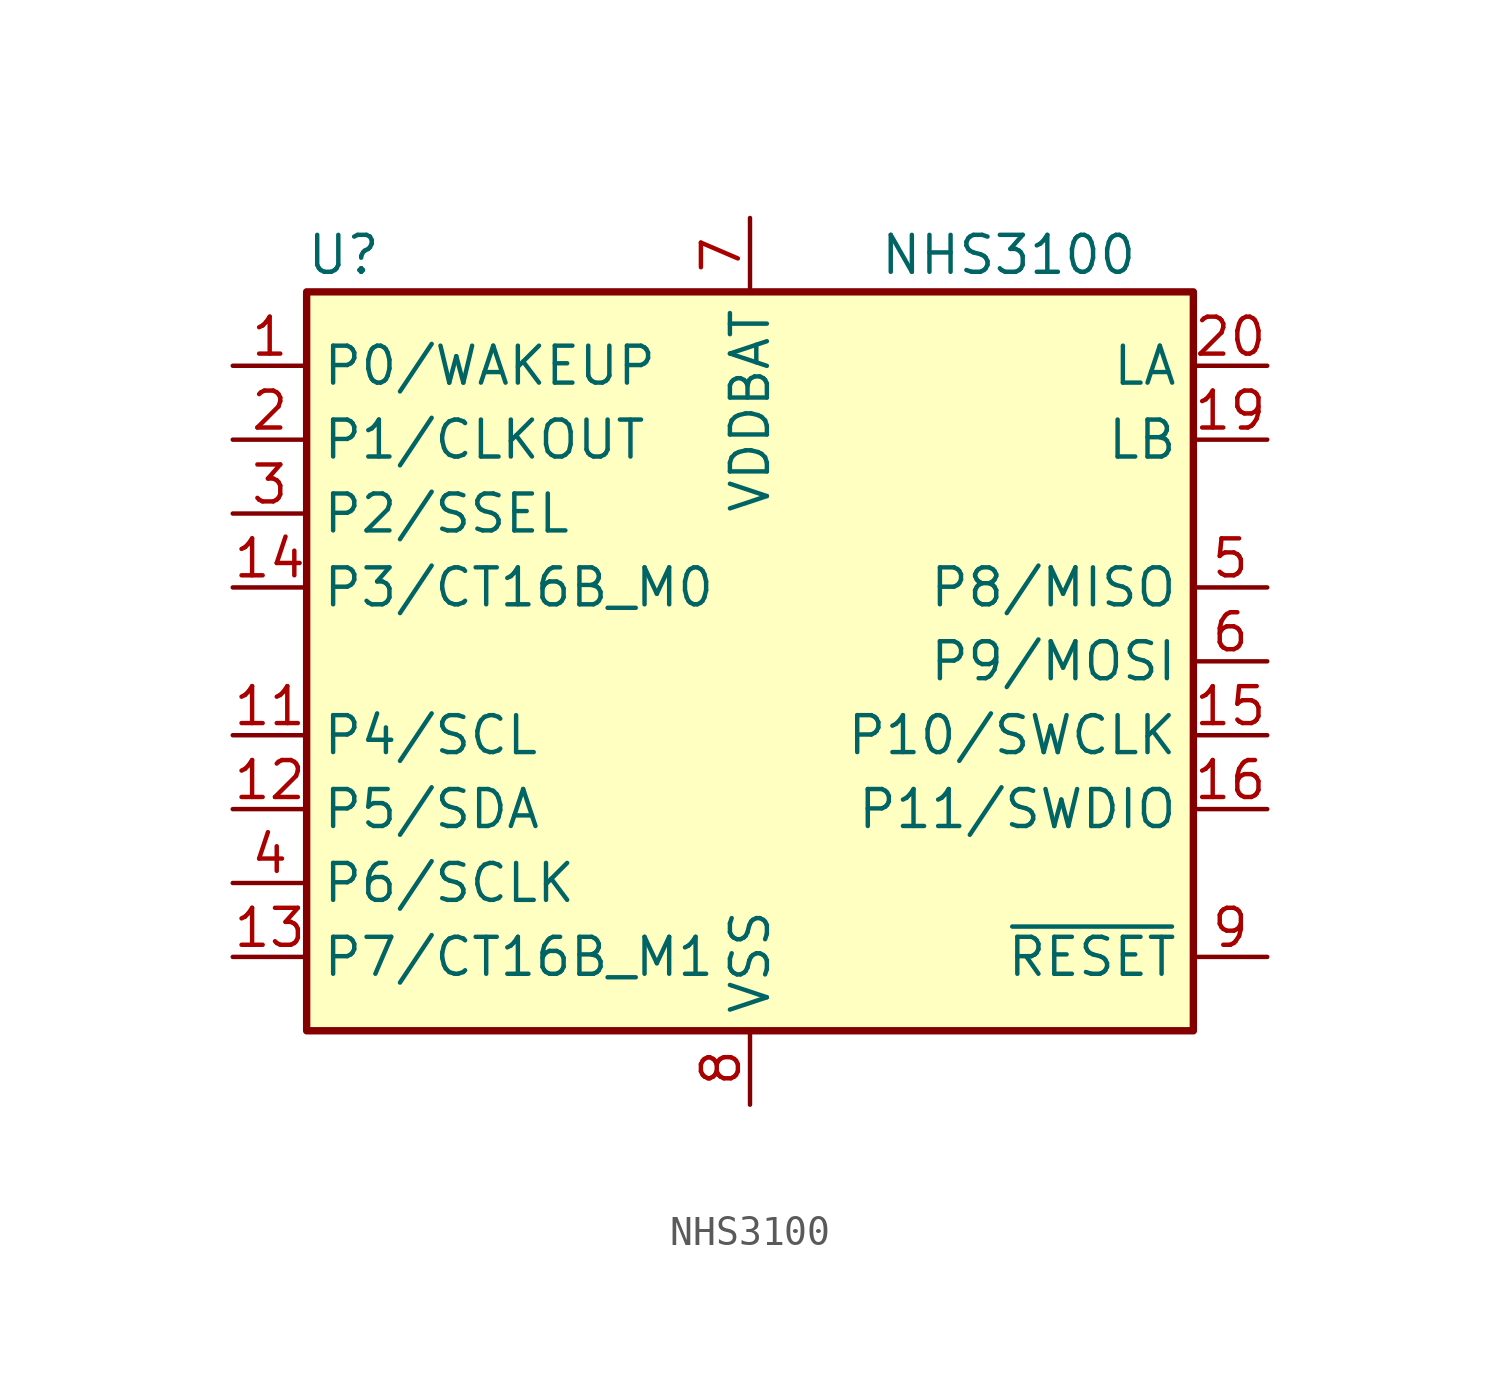
<source format=kicad_sym>
(kicad_symbol_lib
  (version 20201005)
  (generator kicad_symbol_editor)
  (symbol "NHS3100"
    (property "Reference" "U"
      (at -13.97 13.97 0)
      (effects (font (size 1.27 1.27))))
    (property "Value" "NHS3100"
      (at 8.89 13.97 0)
      (effects (font (size 1.27 1.27))))
    (symbol "NHS3100_0_1"
      (rectangle (start 15.24 -12.7) (end -15.24 12.7) (stroke (width 0.254)) (fill (type background))))
    (symbol "NHS3100_1_1"
      (pin bidirectional line (at -17.78 10.16 0) (length 2.54) (name "P0/WAKEUP" (effects (font (size 1.27 1.27)))) (number "1" (effects (font (size 1.27 1.27)))))
      (pin no_connect line (at -15.24 0 0) (length 2.54) hide (name "reserved" (effects (font (size 1.27 1.27)))) (number "10" (effects (font (size 1.27 1.27)))))
      (pin bidirectional line (at -17.78 -2.54 0) (length 2.54) (name "P4/SCL" (effects (font (size 1.27 1.27)))) (number "11" (effects (font (size 1.27 1.27)))))
      (pin bidirectional line (at -17.78 -5.08 0) (length 2.54) (name "P5/SDA" (effects (font (size 1.27 1.27)))) (number "12" (effects (font (size 1.27 1.27)))))
      (pin bidirectional line (at -17.78 -10.16 0) (length 2.54) (name "P7/CT16B_M1" (effects (font (size 1.27 1.27)))) (number "13" (effects (font (size 1.27 1.27)))))
      (pin bidirectional line (at -17.78 2.54 0) (length 2.54) (name "P3/CT16B_M0" (effects (font (size 1.27 1.27)))) (number "14" (effects (font (size 1.27 1.27)))))
      (pin bidirectional line (at 17.78 -2.54 180) (length 2.54) (name "P10/SWCLK" (effects (font (size 1.27 1.27)))) (number "15" (effects (font (size 1.27 1.27)))))
      (pin bidirectional line (at 17.78 -5.08 180) (length 2.54) (name "P11/SWDIO" (effects (font (size 1.27 1.27)))) (number "16" (effects (font (size 1.27 1.27)))))
      (pin passive line (at 0 -15.24 90) (length 2.54) hide (name "VSS" (effects (font (size 1.27 1.27)))) (number "17" (effects (font (size 1.27 1.27)))))
      (pin passive line (at 0 -15.24 90) (length 2.54) hide (name "VSS" (effects (font (size 1.27 1.27)))) (number "18" (effects (font (size 1.27 1.27)))))
      (pin passive line (at 17.78 7.62 180) (length 2.54) (name "LB" (effects (font (size 1.27 1.27)))) (number "19" (effects (font (size 1.27 1.27)))))
      (pin bidirectional line (at -17.78 7.62 0) (length 2.54) (name "P1/CLKOUT" (effects (font (size 1.27 1.27)))) (number "2" (effects (font (size 1.27 1.27)))))
      (pin passive line (at 17.78 10.16 180) (length 2.54) (name "LA" (effects (font (size 1.27 1.27)))) (number "20" (effects (font (size 1.27 1.27)))))
      (pin passive line (at 0 -15.24 90) (length 2.54) hide (name "VSS" (effects (font (size 1.27 1.27)))) (number "21" (effects (font (size 1.27 1.27)))))
      (pin passive line (at 0 -15.24 90) (length 2.54) hide (name "VSS" (effects (font (size 1.27 1.27)))) (number "22" (effects (font (size 1.27 1.27)))))
      (pin passive line (at 0 -15.24 90) (length 2.54) hide (name "VSS" (effects (font (size 1.27 1.27)))) (number "23" (effects (font (size 1.27 1.27)))))
      (pin passive line (at 0 -15.24 90) (length 2.54) hide (name "VSS" (effects (font (size 1.27 1.27)))) (number "24" (effects (font (size 1.27 1.27)))))
      (pin passive line (at 0 -15.24 90) (length 2.54) hide (name "VSS" (effects (font (size 1.27 1.27)))) (number "25" (effects (font (size 1.27 1.27)))))
      (pin bidirectional line (at -17.78 5.08 0) (length 2.54) (name "P2/SSEL" (effects (font (size 1.27 1.27)))) (number "3" (effects (font (size 1.27 1.27)))))
      (pin bidirectional line (at -17.78 -7.62 0) (length 2.54) (name "P6/SCLK" (effects (font (size 1.27 1.27)))) (number "4" (effects (font (size 1.27 1.27)))))
      (pin bidirectional line (at 17.78 2.54 180) (length 2.54) (name "P8/MISO" (effects (font (size 1.27 1.27)))) (number "5" (effects (font (size 1.27 1.27)))))
      (pin bidirectional line (at 17.78 0 180) (length 2.54) (name "P9/MOSI" (effects (font (size 1.27 1.27)))) (number "6" (effects (font (size 1.27 1.27)))))
      (pin power_in line (at 0 15.24 270) (length 2.54) (name "VDDBAT" (effects (font (size 1.27 1.27)))) (number "7" (effects (font (size 1.27 1.27)))))
      (pin power_in line (at 0 -15.24 90) (length 2.54) (name "VSS" (effects (font (size 1.27 1.27)))) (number "8" (effects (font (size 1.27 1.27)))))
      (pin input line (at 17.78 -10.16 180) (length 2.54) (name "~RESET" (effects (font (size 1.27 1.27)))) (number "9" (effects (font (size 1.27 1.27))))))))
</source>
